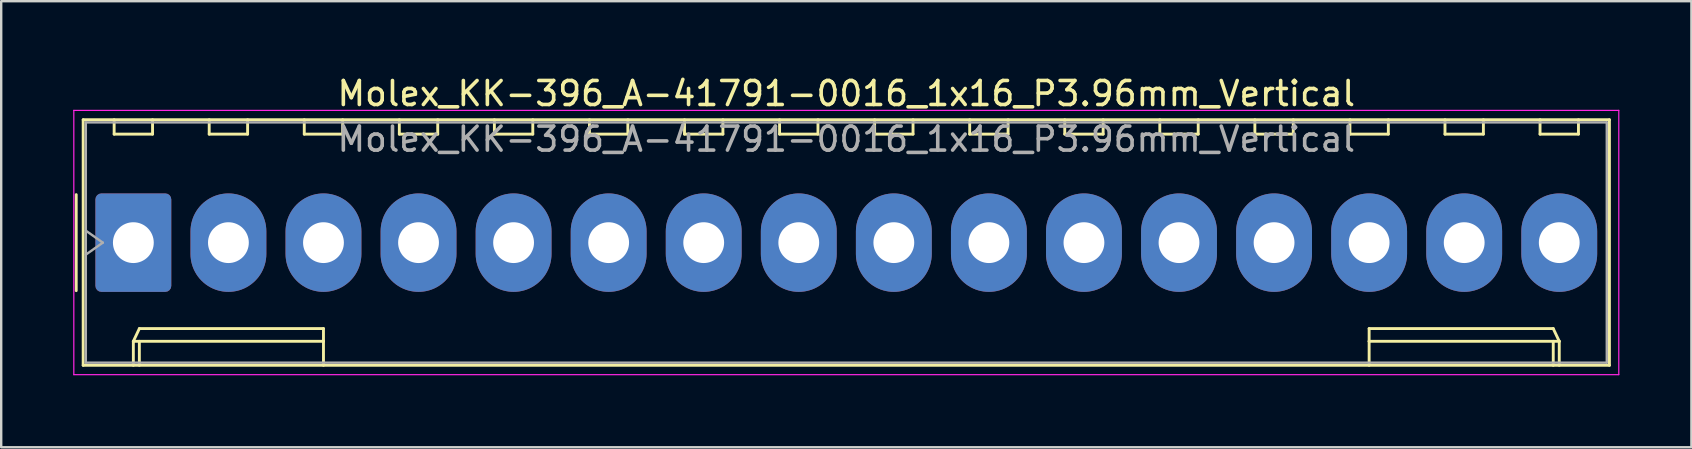
<source format=kicad_pcb>
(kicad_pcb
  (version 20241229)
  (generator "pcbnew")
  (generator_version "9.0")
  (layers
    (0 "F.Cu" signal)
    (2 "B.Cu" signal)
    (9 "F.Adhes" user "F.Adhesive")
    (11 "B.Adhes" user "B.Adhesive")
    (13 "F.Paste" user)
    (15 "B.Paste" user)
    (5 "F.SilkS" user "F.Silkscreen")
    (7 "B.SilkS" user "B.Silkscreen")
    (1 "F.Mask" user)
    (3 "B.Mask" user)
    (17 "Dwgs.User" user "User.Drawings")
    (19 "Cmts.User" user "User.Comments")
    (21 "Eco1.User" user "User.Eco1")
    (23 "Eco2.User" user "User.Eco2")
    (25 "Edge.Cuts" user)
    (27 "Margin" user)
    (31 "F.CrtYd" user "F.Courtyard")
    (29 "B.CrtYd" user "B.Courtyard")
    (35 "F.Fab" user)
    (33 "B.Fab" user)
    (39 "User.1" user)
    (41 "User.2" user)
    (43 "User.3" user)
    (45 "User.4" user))
  (footprint "Molex_KK-396_A-41791-0016_1x16_P3.96mm_Vertical"
    (layer "F.Cu")
    (at 2.505 7.058)
    (property "Reference" "Molex_KK-396_A-41791-0016_1x16_P3.96mm_Vertical" (at 29.7 -6.21 0) (layer "F.SilkS") (effects (font (size 1 1) (thickness 0.15))))
    (attr through_hole)
    (fp_line (start -2.38 -2) (end -2.38 2) (stroke (width 0.12) (type solid)) (layer "F.SilkS"))
    (fp_line (start -2.09 -5.12) (end -2.09 5.11) (stroke (width 0.12) (type solid)) (layer "F.SilkS"))
    (fp_line (start -2.09 5.11) (end 61.49 5.11) (stroke (width 0.12) (type solid)) (layer "F.SilkS"))
    (fp_line (start -0.8 -5.12) (end -0.8 -4.52) (stroke (width 0.12) (type solid)) (layer "F.SilkS"))
    (fp_line (start -0.8 -4.52) (end 0.8 -4.52) (stroke (width 0.12) (type solid)) (layer "F.SilkS"))
    (fp_line (start 0 4.11) (end 0.25 3.58) (stroke (width 0.12) (type solid)) (layer "F.SilkS"))
    (fp_line (start 0 4.11) (end 7.92 4.11) (stroke (width 0.12) (type solid)) (layer "F.SilkS"))
    (fp_line (start 0 5.11) (end 0 4.11) (stroke (width 0.12) (type solid)) (layer "F.SilkS"))
    (fp_line (start 0.25 3.58) (end 7.92 3.58) (stroke (width 0.12) (type solid)) (layer "F.SilkS"))
    (fp_line (start 0.25 5.11) (end 0.25 4.11) (stroke (width 0.12) (type solid)) (layer "F.SilkS"))
    (fp_line (start 0.8 -4.52) (end 0.8 -5.12) (stroke (width 0.12) (type solid)) (layer "F.SilkS"))
    (fp_line (start 3.16 -5.12) (end 3.16 -4.52) (stroke (width 0.12) (type solid)) (layer "F.SilkS"))
    (fp_line (start 3.16 -4.52) (end 4.76 -4.52) (stroke (width 0.12) (type solid)) (layer "F.SilkS"))
    (fp_line (start 4.76 -4.52) (end 4.76 -5.12) (stroke (width 0.12) (type solid)) (layer "F.SilkS"))
    (fp_line (start 7.12 -5.12) (end 7.12 -4.52) (stroke (width 0.12) (type solid)) (layer "F.SilkS"))
    (fp_line (start 7.12 -4.52) (end 8.72 -4.52) (stroke (width 0.12) (type solid)) (layer "F.SilkS"))
    (fp_line (start 7.92 3.58) (end 7.92 4.11) (stroke (width 0.12) (type solid)) (layer "F.SilkS"))
    (fp_line (start 7.92 4.11) (end 7.92 5.11) (stroke (width 0.12) (type solid)) (layer "F.SilkS"))
    (fp_line (start 8.72 -4.52) (end 8.72 -5.12) (stroke (width 0.12) (type solid)) (layer "F.SilkS"))
    (fp_line (start 11.08 -5.12) (end 11.08 -4.52) (stroke (width 0.12) (type solid)) (layer "F.SilkS"))
    (fp_line (start 11.08 -4.52) (end 12.68 -4.52) (stroke (width 0.12) (type solid)) (layer "F.SilkS"))
    (fp_line (start 12.68 -4.52) (end 12.68 -5.12) (stroke (width 0.12) (type solid)) (layer "F.SilkS"))
    (fp_line (start 15.04 -5.12) (end 15.04 -4.52) (stroke (width 0.12) (type solid)) (layer "F.SilkS"))
    (fp_line (start 15.04 -4.52) (end 16.64 -4.52) (stroke (width 0.12) (type solid)) (layer "F.SilkS"))
    (fp_line (start 16.64 -4.52) (end 16.64 -5.12) (stroke (width 0.12) (type solid)) (layer "F.SilkS"))
    (fp_line (start 19 -5.12) (end 19 -4.52) (stroke (width 0.12) (type solid)) (layer "F.SilkS"))
    (fp_line (start 19 -4.52) (end 20.6 -4.52) (stroke (width 0.12) (type solid)) (layer "F.SilkS"))
    (fp_line (start 20.6 -4.52) (end 20.6 -5.12) (stroke (width 0.12) (type solid)) (layer "F.SilkS"))
    (fp_line (start 22.96 -5.12) (end 22.96 -4.52) (stroke (width 0.12) (type solid)) (layer "F.SilkS"))
    (fp_line (start 22.96 -4.52) (end 24.56 -4.52) (stroke (width 0.12) (type solid)) (layer "F.SilkS"))
    (fp_line (start 24.56 -4.52) (end 24.56 -5.12) (stroke (width 0.12) (type solid)) (layer "F.SilkS"))
    (fp_line (start 26.92 -5.12) (end 26.92 -4.52) (stroke (width 0.12) (type solid)) (layer "F.SilkS"))
    (fp_line (start 26.92 -4.52) (end 28.52 -4.52) (stroke (width 0.12) (type solid)) (layer "F.SilkS"))
    (fp_line (start 28.52 -4.52) (end 28.52 -5.12) (stroke (width 0.12) (type solid)) (layer "F.SilkS"))
    (fp_line (start 30.88 -5.12) (end 30.88 -4.52) (stroke (width 0.12) (type solid)) (layer "F.SilkS"))
    (fp_line (start 30.88 -4.52) (end 32.48 -4.52) (stroke (width 0.12) (type solid)) (layer "F.SilkS"))
    (fp_line (start 32.48 -4.52) (end 32.48 -5.12) (stroke (width 0.12) (type solid)) (layer "F.SilkS"))
    (fp_line (start 34.84 -5.12) (end 34.84 -4.52) (stroke (width 0.12) (type solid)) (layer "F.SilkS"))
    (fp_line (start 34.84 -4.52) (end 36.44 -4.52) (stroke (width 0.12) (type solid)) (layer "F.SilkS"))
    (fp_line (start 36.44 -4.52) (end 36.44 -5.12) (stroke (width 0.12) (type solid)) (layer "F.SilkS"))
    (fp_line (start 38.8 -5.12) (end 38.8 -4.52) (stroke (width 0.12) (type solid)) (layer "F.SilkS"))
    (fp_line (start 38.8 -4.52) (end 40.4 -4.52) (stroke (width 0.12) (type solid)) (layer "F.SilkS"))
    (fp_line (start 40.4 -4.52) (end 40.4 -5.12) (stroke (width 0.12) (type solid)) (layer "F.SilkS"))
    (fp_line (start 42.76 -5.12) (end 42.76 -4.52) (stroke (width 0.12) (type solid)) (layer "F.SilkS"))
    (fp_line (start 42.76 -4.52) (end 44.36 -4.52) (stroke (width 0.12) (type solid)) (layer "F.SilkS"))
    (fp_line (start 44.36 -4.52) (end 44.36 -5.12) (stroke (width 0.12) (type solid)) (layer "F.SilkS"))
    (fp_line (start 46.72 -5.12) (end 46.72 -4.52) (stroke (width 0.12) (type solid)) (layer "F.SilkS"))
    (fp_line (start 46.72 -4.52) (end 48.32 -4.52) (stroke (width 0.12) (type solid)) (layer "F.SilkS"))
    (fp_line (start 48.32 -4.52) (end 48.32 -5.12) (stroke (width 0.12) (type solid)) (layer "F.SilkS"))
    (fp_line (start 50.68 -5.12) (end 50.68 -4.52) (stroke (width 0.12) (type solid)) (layer "F.SilkS"))
    (fp_line (start 50.68 -4.52) (end 52.28 -4.52) (stroke (width 0.12) (type solid)) (layer "F.SilkS"))
    (fp_line (start 51.48 3.58) (end 51.48 4.11) (stroke (width 0.12) (type solid)) (layer "F.SilkS"))
    (fp_line (start 51.48 4.11) (end 51.48 5.11) (stroke (width 0.12) (type solid)) (layer "F.SilkS"))
    (fp_line (start 52.28 -4.52) (end 52.28 -5.12) (stroke (width 0.12) (type solid)) (layer "F.SilkS"))
    (fp_line (start 54.64 -5.12) (end 54.64 -4.52) (stroke (width 0.12) (type solid)) (layer "F.SilkS"))
    (fp_line (start 54.64 -4.52) (end 56.24 -4.52) (stroke (width 0.12) (type solid)) (layer "F.SilkS"))
    (fp_line (start 56.24 -4.52) (end 56.24 -5.12) (stroke (width 0.12) (type solid)) (layer "F.SilkS"))
    (fp_line (start 58.6 -5.12) (end 58.6 -4.52) (stroke (width 0.12) (type solid)) (layer "F.SilkS"))
    (fp_line (start 58.6 -4.52) (end 60.2 -4.52) (stroke (width 0.12) (type solid)) (layer "F.SilkS"))
    (fp_line (start 59.15 3.58) (end 51.48 3.58) (stroke (width 0.12) (type solid)) (layer "F.SilkS"))
    (fp_line (start 59.15 5.11) (end 59.15 4.11) (stroke (width 0.12) (type solid)) (layer "F.SilkS"))
    (fp_line (start 59.4 4.11) (end 51.48 4.11) (stroke (width 0.12) (type solid)) (layer "F.SilkS"))
    (fp_line (start 59.4 4.11) (end 59.15 3.58) (stroke (width 0.12) (type solid)) (layer "F.SilkS"))
    (fp_line (start 59.4 5.11) (end 59.4 4.11) (stroke (width 0.12) (type solid)) (layer "F.SilkS"))
    (fp_line (start 60.2 -4.52) (end 60.2 -5.12) (stroke (width 0.12) (type solid)) (layer "F.SilkS"))
    (fp_line (start 61.49 -5.12) (end -2.09 -5.12) (stroke (width 0.12) (type solid)) (layer "F.SilkS"))
    (fp_line (start 61.49 5.11) (end 61.49 -5.12) (stroke (width 0.12) (type solid)) (layer "F.SilkS"))
    (fp_line (start -2.48 -5.51) (end -2.48 5.5) (stroke (width 0.05) (type solid)) (layer "F.CrtYd"))
    (fp_line (start -2.48 5.5) (end 61.88 5.5) (stroke (width 0.05) (type solid)) (layer "F.CrtYd"))
    (fp_line (start 61.88 -5.51) (end -2.48 -5.51) (stroke (width 0.05) (type solid)) (layer "F.CrtYd"))
    (fp_line (start 61.88 5.5) (end 61.88 -5.51) (stroke (width 0.05) (type solid)) (layer "F.CrtYd"))
    (fp_line (start -1.98 -5.01) (end -1.98 5) (stroke (width 0.1) (type solid)) (layer "F.Fab"))
    (fp_line (start -1.98 -0.5) (end -1.273 0) (stroke (width 0.1) (type solid)) (layer "F.Fab"))
    (fp_line (start -1.98 5) (end 61.38 5) (stroke (width 0.1) (type solid)) (layer "F.Fab"))
    (fp_line (start -1.273 0) (end -1.98 0.5) (stroke (width 0.1) (type solid)) (layer "F.Fab"))
    (fp_line (start 61.38 -5.01) (end -1.98 -5.01) (stroke (width 0.1) (type solid)) (layer "F.Fab"))
    (fp_line (start 61.38 5) (end 61.38 -5.01) (stroke (width 0.1) (type solid)) (layer "F.Fab"))
    (fp_text user "${REFERENCE}" (at 29.7 -4.31 0) (layer "F.Fab") (effects (font (size 1 1) (thickness 0.15))))
    (pad "1" thru_hole roundrect (at 0 0) (size 3.16 4.1) (drill 1.7) (layers "*.Cu" "*.Mask") (roundrect_rratio 0.079))
    (pad "2" thru_hole oval (at 3.96 0) (size 3.16 4.1) (drill 1.7) (layers "*.Cu" "*.Mask"))
    (pad "3" thru_hole oval (at 7.92 0) (size 3.16 4.1) (drill 1.7) (layers "*.Cu" "*.Mask"))
    (pad "4" thru_hole oval (at 11.88 0) (size 3.16 4.1) (drill 1.7) (layers "*.Cu" "*.Mask"))
    (pad "5" thru_hole oval (at 15.84 0) (size 3.16 4.1) (drill 1.7) (layers "*.Cu" "*.Mask"))
    (pad "6" thru_hole oval (at 19.8 0) (size 3.16 4.1) (drill 1.7) (layers "*.Cu" "*.Mask"))
    (pad "7" thru_hole oval (at 23.76 0) (size 3.16 4.1) (drill 1.7) (layers "*.Cu" "*.Mask"))
    (pad "8" thru_hole oval (at 27.72 0) (size 3.16 4.1) (drill 1.7) (layers "*.Cu" "*.Mask"))
    (pad "9" thru_hole oval (at 31.68 0) (size 3.16 4.1) (drill 1.7) (layers "*.Cu" "*.Mask"))
    (pad "10" thru_hole oval (at 35.64 0) (size 3.16 4.1) (drill 1.7) (layers "*.Cu" "*.Mask"))
    (pad "11" thru_hole oval (at 39.6 0) (size 3.16 4.1) (drill 1.7) (layers "*.Cu" "*.Mask"))
    (pad "12" thru_hole oval (at 43.56 0) (size 3.16 4.1) (drill 1.7) (layers "*.Cu" "*.Mask"))
    (pad "13" thru_hole oval (at 47.52 0) (size 3.16 4.1) (drill 1.7) (layers "*.Cu" "*.Mask"))
    (pad "14" thru_hole oval (at 51.48 0) (size 3.16 4.1) (drill 1.7) (layers "*.Cu" "*.Mask"))
    (pad "15" thru_hole oval (at 55.44 0) (size 3.16 4.1) (drill 1.7) (layers "*.Cu" "*.Mask"))
    (pad "16" thru_hole oval (at 59.4 0) (size 3.16 4.1) (drill 1.7) (layers "*.Cu" "*.Mask")))
  (gr_rect
    (start -3 -3)
    (end 67.41 15.583)
    (stroke (width 0.1) (type default))
    (fill no)
    (layer "Edge.Cuts")))
</source>
